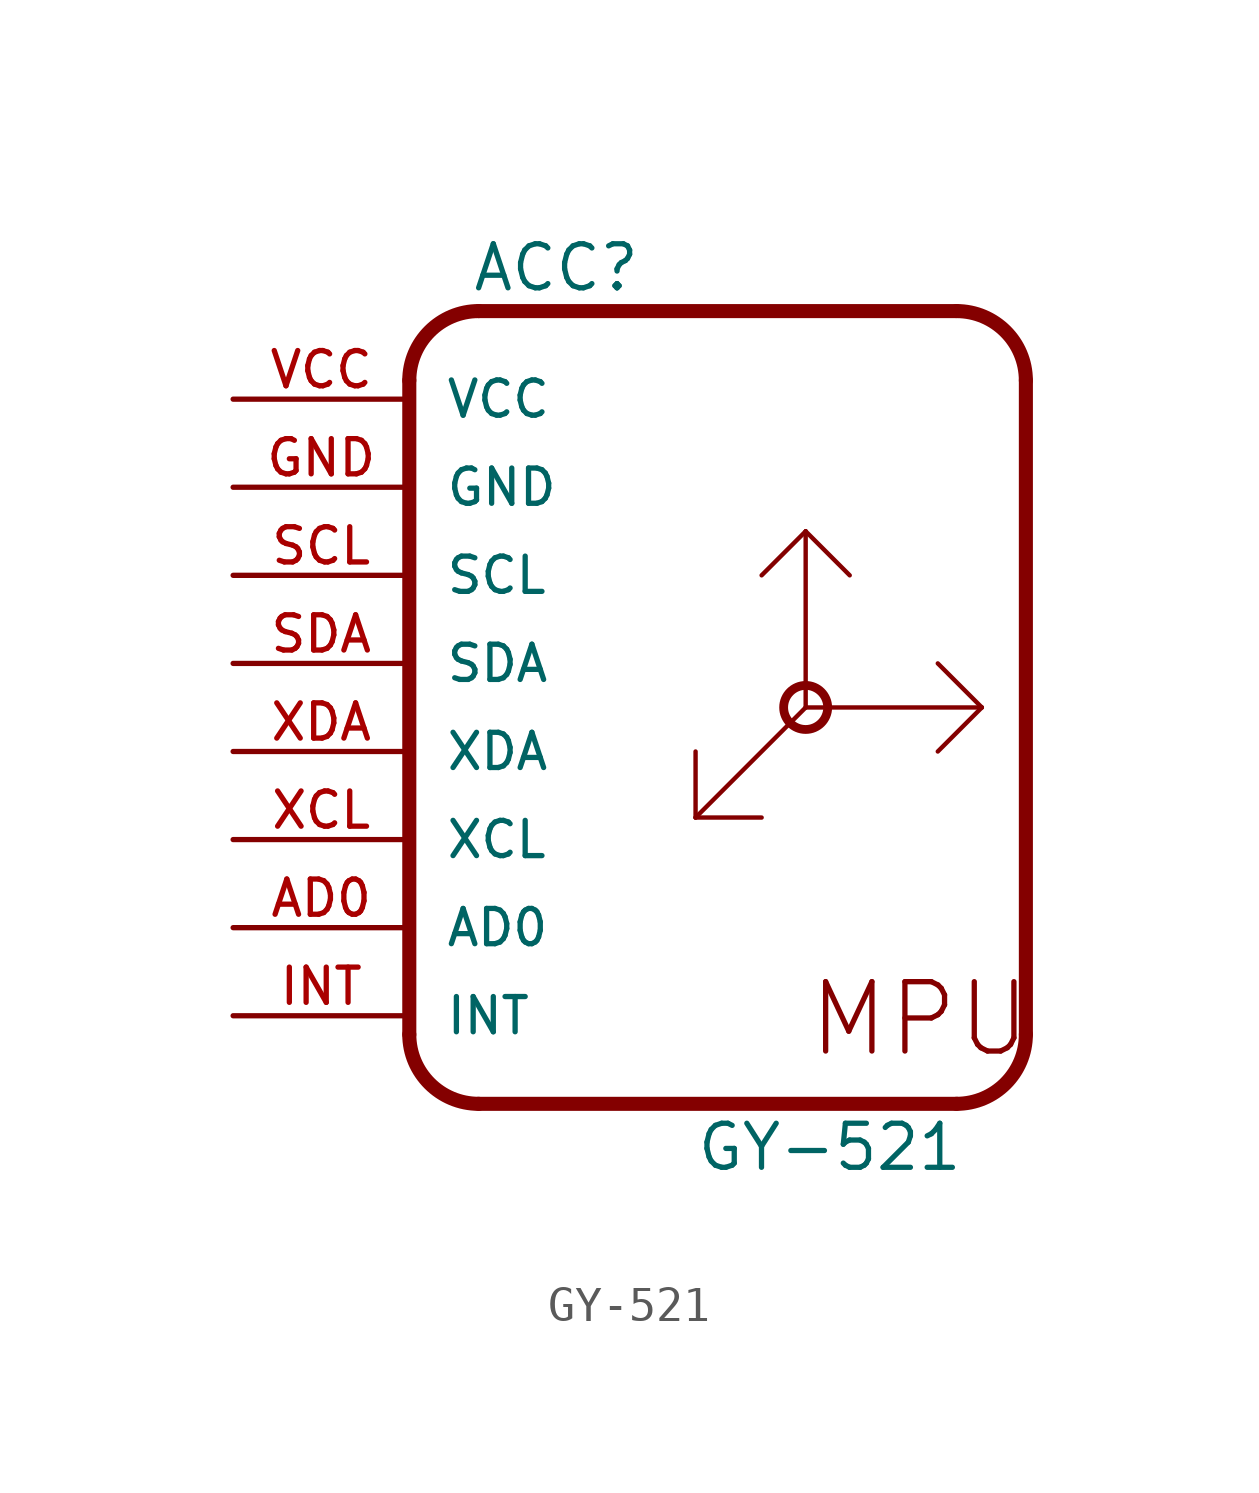
<source format=kicad_sym>
(kicad_symbol_lib
  (version 20211014)
  (generator kicad_symbol_editor)
  (symbol "GY-521"
    (pin_names
      (offset 1.016))
    (property "Reference" "ACC"
      (at -9.652 11.938 0)
      (effects (font (size 1.27 1.27)) (justify bottom left)))
    (property "Value" "GY-521"
      (at 4.572 -11.938 0.0)
      (effects (font (size 1.27 1.27)) (justify top right)))
    (symbol "GY-521_0_0"
      (polyline (pts (xy 0.0 0.0) (xy 0.0 5.08)) (stroke (width 0.127)))
      (polyline (pts (xy 1.27 3.81) (xy 0.0 5.08)) (stroke (width 0.127)))
      (polyline (pts (xy 0.0 5.08) (xy -1.27 3.81)) (stroke (width 0.127)))
      (polyline (pts (xy 0.0 0.0) (xy 5.08 0.0)) (stroke (width 0.127)))
      (polyline (pts (xy 3.81 1.27) (xy 5.08 0.0)) (stroke (width 0.127)))
      (polyline (pts (xy 5.08 0.0) (xy 3.81 -1.27)) (stroke (width 0.127)))
      (polyline (pts (xy 0.0 0.0) (xy -3.175 -3.175)) (stroke (width 0.127)))
      (polyline (pts (xy -3.175 -3.175) (xy -1.27 -3.175)) (stroke (width 0.127)))
      (polyline (pts (xy -3.175 -3.175) (xy -3.175 -1.27)) (stroke (width 0.127)))
      (circle (center 0.0 0.0) (radius 0.635) (stroke (width 0.254)) (fill (type none)))
      (arc (start -9.43 11.43) (mid -10.8442 10.8442) (end -11.43 9.43) (stroke (width 0.4064) (type default) (color 0 0 0 0)) (fill (type none)))
      (polyline (pts (xy -9.43 11.43) (xy 4.35 11.43)) (stroke (width 0.406)))
      (arc (start 6.35 9.43) (mid 5.7642 10.8442) (end 4.35 11.43) (stroke (width 0.4064) (type default) (color 0 0 0 0)) (fill (type none)))
      (polyline (pts (xy 6.35 9.43) (xy 6.35 -9.43)) (stroke (width 0.406)))
      (arc (start 4.35 -11.43) (mid 5.7642 -10.8442) (end 6.35 -9.43) (stroke (width 0.4064) (type default) (color 0 0 0 0)) (fill (type none)))
      (polyline (pts (xy 4.35 -11.43) (xy -9.43 -11.43)) (stroke (width 0.406)))
      (arc (start -11.43 -9.43) (mid -10.8442 -10.8442) (end -9.43 -11.43) (stroke (width 0.4064) (type default) (color 0 0 0 0)) (fill (type none)))
      (polyline (pts (xy -11.43 -9.43) (xy -11.43 9.43)) (stroke (width 0.406)))
      (text "MPU" (at 0.0 -10.16 0) (effects (font (size 2.0 2.0)) (justify bottom left)))
      (pin power_in line (at -16.51 8.89 0) (length 5.08) (name "VCC" (effects (font (size 1.016 1.016)))) (number "VCC" (effects (font (size 1.016 1.016)))))
      (pin power_in line (at -16.51 6.35 0) (length 5.08) (name "GND" (effects (font (size 1.016 1.016)))) (number "GND" (effects (font (size 1.016 1.016)))))
      (pin bidirectional line (at -16.51 3.81 0) (length 5.08) (name "SCL" (effects (font (size 1.016 1.016)))) (number "SCL" (effects (font (size 1.016 1.016)))))
      (pin bidirectional line (at -16.51 1.27 0) (length 5.08) (name "SDA" (effects (font (size 1.016 1.016)))) (number "SDA" (effects (font (size 1.016 1.016)))))
      (pin bidirectional line (at -16.51 -1.27 0) (length 5.08) (name "XDA" (effects (font (size 1.016 1.016)))) (number "XDA" (effects (font (size 1.016 1.016)))))
      (pin bidirectional line (at -16.51 -3.81 0) (length 5.08) (name "XCL" (effects (font (size 1.016 1.016)))) (number "XCL" (effects (font (size 1.016 1.016)))))
      (pin bidirectional line (at -16.51 -6.35 0) (length 5.08) (name "AD0" (effects (font (size 1.016 1.016)))) (number "AD0" (effects (font (size 1.016 1.016)))))
      (pin bidirectional line (at -16.51 -8.89 0) (length 5.08) (name "INT" (effects (font (size 1.016 1.016)))) (number "INT" (effects (font (size 1.016 1.016))))))))
</source>
